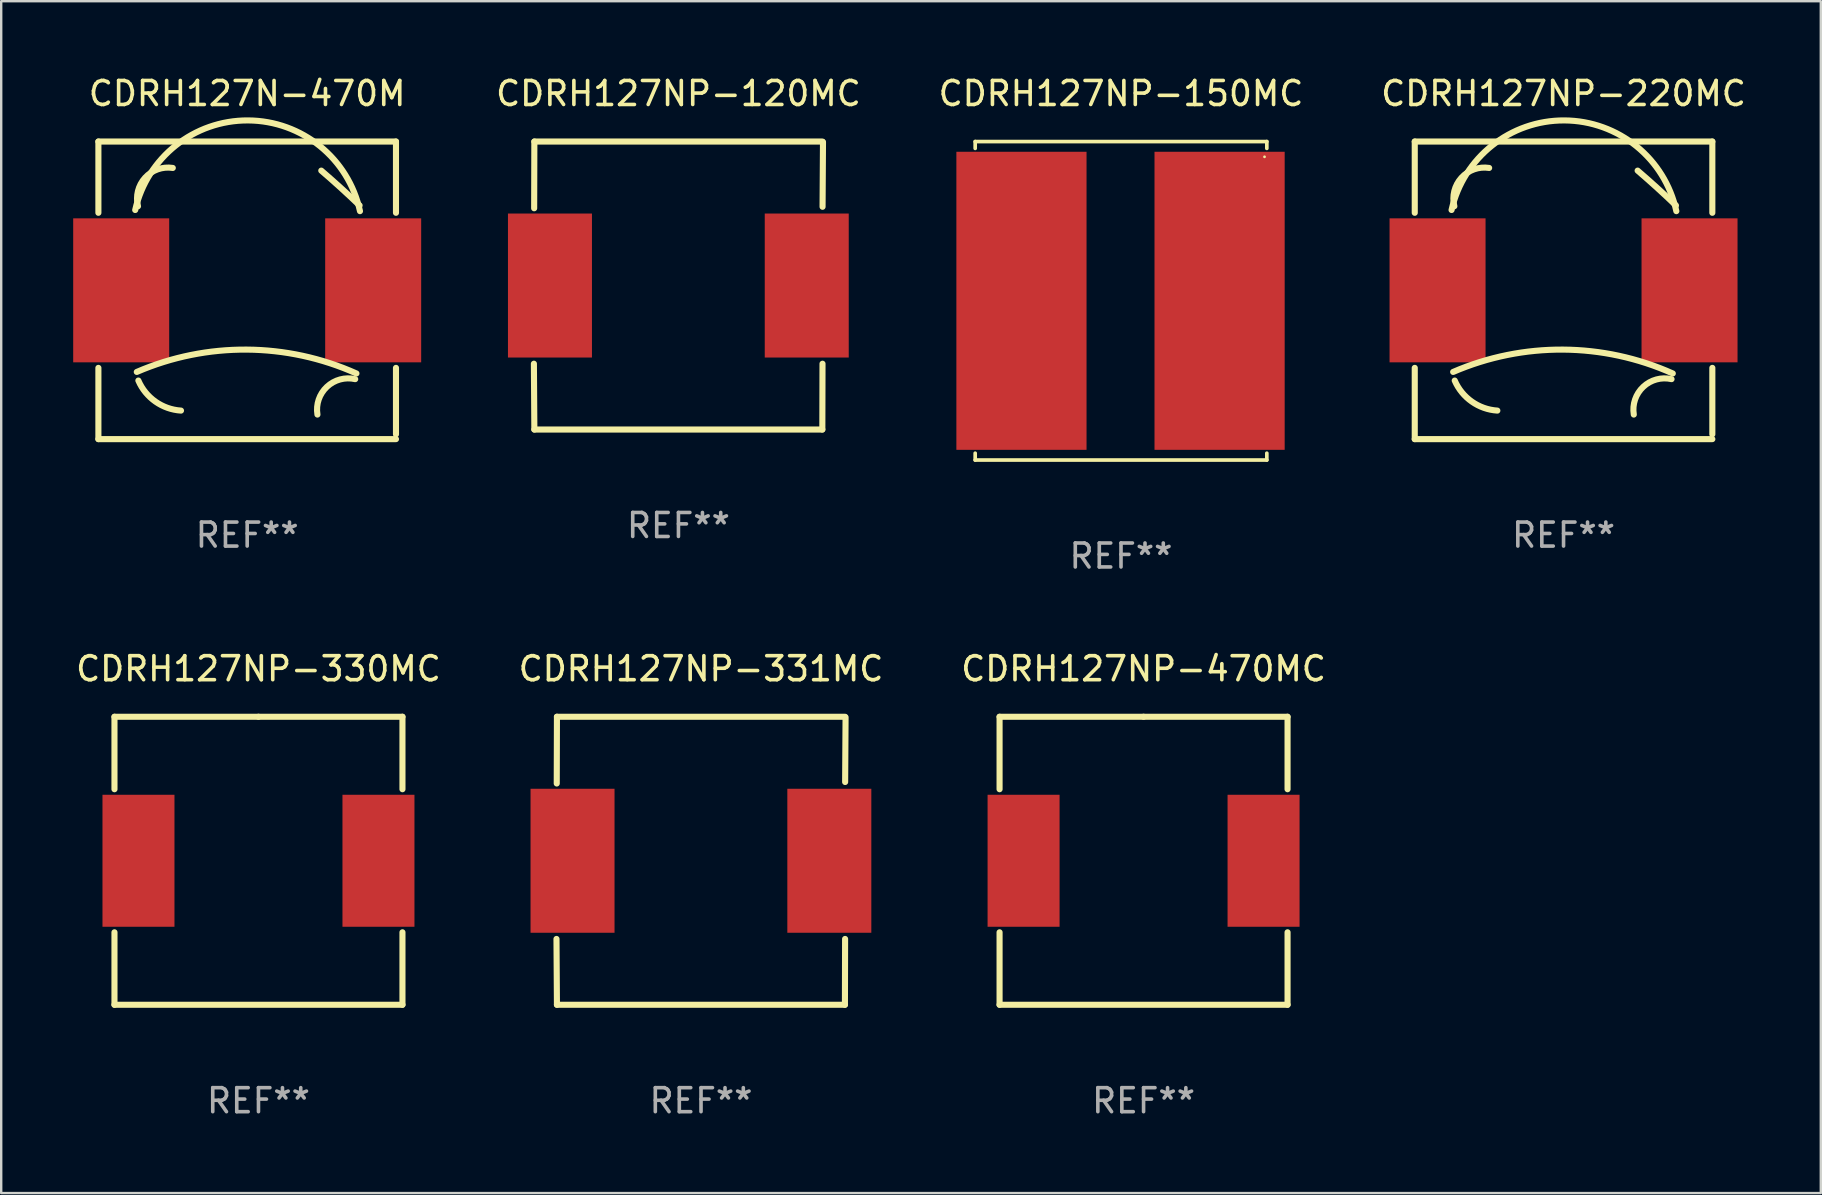
<source format=kicad_pcb>
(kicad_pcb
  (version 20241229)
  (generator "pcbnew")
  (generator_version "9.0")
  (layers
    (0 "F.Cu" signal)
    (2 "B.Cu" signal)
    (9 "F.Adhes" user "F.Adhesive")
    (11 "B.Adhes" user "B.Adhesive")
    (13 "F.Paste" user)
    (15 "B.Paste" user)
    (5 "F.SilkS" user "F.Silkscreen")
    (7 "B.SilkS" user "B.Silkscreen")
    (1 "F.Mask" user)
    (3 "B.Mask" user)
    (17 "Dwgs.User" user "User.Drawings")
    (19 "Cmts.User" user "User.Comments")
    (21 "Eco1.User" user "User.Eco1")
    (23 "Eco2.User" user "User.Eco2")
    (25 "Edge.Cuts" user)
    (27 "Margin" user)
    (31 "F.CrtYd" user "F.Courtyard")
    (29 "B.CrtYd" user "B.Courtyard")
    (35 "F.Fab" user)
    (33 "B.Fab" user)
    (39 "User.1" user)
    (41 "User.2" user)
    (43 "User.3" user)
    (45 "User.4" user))
  (footprint "CDRH127NP-220MC"
    (layer "F.Cu")
    (at 62.101 9.048)
    (property "Reference" "CDRH127NP-220MC" (at 0 -8.2 0) (layer "F.SilkS") (effects (font (size 1 1) (thickness 0.15))))
    (attr through_hole)
    (fp_line (start -6.2 -6.2) (end -6.2 -3.231) (stroke (width 0.254) (type solid)) (layer "F.SilkS"))
    (fp_line (start -6.2 -6.2) (end 6.2 -6.2) (stroke (width 0.254) (type solid)) (layer "F.SilkS"))
    (fp_line (start -6.2 3.231) (end -6.2 6.2) (stroke (width 0.254) (type solid)) (layer "F.SilkS"))
    (fp_line (start -6.2 6.2) (end 6.2 6.2) (stroke (width 0.254) (type solid)) (layer "F.SilkS"))
    (fp_line (start 6.2 -6.2) (end 6.2 -3.231) (stroke (width 0.254) (type solid)) (layer "F.SilkS"))
    (fp_line (start 6.2 3.231) (end 6.2 6) (stroke (width 0.254) (type solid)) (layer "F.SilkS"))
    (fp_arc (start -4.666268 -3.347523) (mid 0.035925 -7.080035) (end 4.7 -3.3) (stroke (width 0.254001) (type solid)) (layer "F.SilkS"))
    (fp_arc (start -4.6 3.4) (mid -0.017181 2.469621) (end 4.552248 3.463678) (stroke (width 0.254001) (type solid)) (layer "F.SilkS"))
    (fp_arc (start -4.54986 -3.504115) (mid -4.254361 -4.692196) (end -3.1 -5.099999) (stroke (width 0.254001) (type solid)) (layer "F.SilkS"))
    (fp_arc (start -2.758293 5.011176) (mid -3.822943 4.635946) (end -4.534316 3.759462) (stroke (width 0.254001) (type solid)) (layer "F.SilkS"))
    (fp_arc (start 2.927153 5.17587) (mid 3.321583 4.020185) (end 4.5 3.7) (stroke (width 0.254001) (type solid)) (layer "F.SilkS"))
    (fp_arc (start 3.08763 -4.988189) (mid 3.895745 -4.274456) (end 4.683515 -3.538329) (stroke (width 0.254001) (type solid)) (layer "F.SilkS"))
    (fp_circle (center -6.15 6.15) (end -6.12 6.15) (stroke (width 0.06) (type solid)) (fill no) (layer "F.SilkS"))
    (fp_text user "REF**" (at 0 10.2 0) (layer "F.Fab") (effects (font (size 1 1) (thickness 0.15))))
    (pad "1" smd rect (at -5.25 0) (size 4 6) (layers "F.Cu" "F.Mask" "F.Paste"))
    (pad "2" smd rect (at 5.25 0) (size 4 6) (layers "F.Cu" "F.Mask" "F.Paste")))
  (footprint "CDRH127NP-120MC"
    (layer "F.Cu")
    (at 25.22 8.848)
    (property "Reference" "CDRH127NP-120MC" (at 0 -8 0) (layer "F.SilkS") (effects (font (size 1 1) (thickness 0.15))))
    (attr through_hole)
    (fp_line (start -6.012 -3.22) (end -6.004 -6) (stroke (width 0.254) (type solid)) (layer "F.SilkS"))
    (fp_line (start -6.004 -6) (end 5.996 -6) (stroke (width 0.254) (type solid)) (layer "F.SilkS"))
    (fp_line (start -6.004 6) (end -6.023 3.258) (stroke (width 0.254) (type solid)) (layer "F.SilkS"))
    (fp_line (start -6.004 6) (end 5.996 6) (stroke (width 0.254) (type solid)) (layer "F.SilkS"))
    (fp_line (start 5.996 6) (end 6.003 3.258) (stroke (width 0.254) (type solid)) (layer "F.SilkS"))
    (fp_line (start 6.005 -3.282) (end 6.023 -5.98) (stroke (width 0.254) (type solid)) (layer "F.SilkS"))
    (fp_circle (center -6.004 6) (end -5.974 6) (stroke (width 0.06) (type solid)) (fill no) (layer "F.SilkS"))
    (fp_text user "REF**" (at 0 10 0) (layer "F.Fab") (effects (font (size 1 1) (thickness 0.15))))
    (pad "1" smd rect (at -5.354 0) (size 3.5 6) (layers "F.Cu" "F.Mask" "F.Paste"))
    (pad "2" smd rect (at 5.346 0) (size 3.5 6) (layers "F.Cu" "F.Mask" "F.Paste")))
  (footprint "CDRH127NP-470MC"
    (layer "F.Cu")
    (at 44.601 32.817)
    (property "Reference" "CDRH127NP-470MC" (at 0 -8 0) (layer "F.SilkS") (effects (font (size 1 1) (thickness 0.15))))
    (attr through_hole)
    (fp_line (start -6 -6) (end 0 -6) (stroke (width 0.254) (type solid)) (layer "F.SilkS"))
    (fp_line (start -6 -2.981) (end -6 -6) (stroke (width 0.254) (type solid)) (layer "F.SilkS"))
    (fp_line (start -6 6) (end -6 2.981) (stroke (width 0.254) (type solid)) (layer "F.SilkS"))
    (fp_line (start 0 -6) (end 6 -6) (stroke (width 0.254) (type solid)) (layer "F.SilkS"))
    (fp_line (start 6 -6) (end 6 -2.981) (stroke (width 0.254) (type solid)) (layer "F.SilkS"))
    (fp_line (start 6 2.981) (end 6 6) (stroke (width 0.254) (type solid)) (layer "F.SilkS"))
    (fp_line (start 6 6) (end -6 6) (stroke (width 0.254) (type solid)) (layer "F.SilkS"))
    (fp_circle (center -6 6) (end -5.97 6) (stroke (width 0.06) (type solid)) (fill no) (layer "F.SilkS"))
    (fp_text user "REF**" (at 0 10 0) (layer "F.Fab") (effects (font (size 1 1) (thickness 0.15))))
    (pad "1" smd rect (at -5 0) (size 3 5.5) (layers "F.Cu" "F.Mask" "F.Paste"))
    (pad "2" smd rect (at 5 0) (size 3 5.5) (layers "F.Cu" "F.Mask" "F.Paste")))
  (footprint "CDRH127NP-331MC"
    (layer "F.Cu")
    (at 26.161 32.817)
    (property "Reference" "CDRH127NP-331MC" (at 0 -8 0) (layer "F.SilkS") (effects (font (size 1 1) (thickness 0.15))))
    (attr through_hole)
    (fp_line (start -6.012 -3.22) (end -6.004 -6) (stroke (width 0.254) (type solid)) (layer "F.SilkS"))
    (fp_line (start -6.004 -6) (end 5.996 -6) (stroke (width 0.254) (type solid)) (layer "F.SilkS"))
    (fp_line (start -6.004 6) (end -6.023 3.258) (stroke (width 0.254) (type solid)) (layer "F.SilkS"))
    (fp_line (start -6.004 6) (end 5.996 6) (stroke (width 0.254) (type solid)) (layer "F.SilkS"))
    (fp_line (start 5.996 6) (end 6.003 3.258) (stroke (width 0.254) (type solid)) (layer "F.SilkS"))
    (fp_line (start 6.005 -3.282) (end 6.023 -5.98) (stroke (width 0.254) (type solid)) (layer "F.SilkS"))
    (fp_circle (center -6.004 6) (end -5.974 6) (stroke (width 0.06) (type solid)) (fill no) (layer "F.SilkS"))
    (fp_text user "REF**" (at 0 10 0) (layer "F.Fab") (effects (font (size 1 1) (thickness 0.15))))
    (pad "1" smd rect (at -5.354 0) (size 3.5 6) (layers "F.Cu" "F.Mask" "F.Paste"))
    (pad "2" smd rect (at 5.346 0) (size 3.5 6) (layers "F.Cu" "F.Mask" "F.Paste")))
  (footprint "CDRH127NP-150MC"
    (layer "F.Cu")
    (at 43.661 9.484)
    (property "Reference" "CDRH127NP-150MC" (at 0 -8.636 0) (layer "F.SilkS") (effects (font (size 1 1) (thickness 0.15))))
    (attr through_hole)
    (fp_line (start -6.076 -6.636) (end -6.076 -6.35) (stroke (width 0.152) (type solid)) (layer "F.SilkS"))
    (fp_line (start -6.076 6.636) (end -6.076 6.35) (stroke (width 0.152) (type solid)) (layer "F.SilkS"))
    (fp_line (start 6.076 -6.636) (end -6.076 -6.636) (stroke (width 0.152) (type solid)) (layer "F.SilkS"))
    (fp_line (start 6.076 -6.35) (end 6.076 -6.636) (stroke (width 0.152) (type solid)) (layer "F.SilkS"))
    (fp_line (start 6.076 6.35) (end 6.076 6.636) (stroke (width 0.152) (type solid)) (layer "F.SilkS"))
    (fp_line (start 6.076 6.636) (end -6.076 6.636) (stroke (width 0.152) (type solid)) (layer "F.SilkS"))
    (fp_circle (center 5.98 -6) (end 6.01 -6) (stroke (width 0.06) (type solid)) (fill no) (layer "F.SilkS"))
    (fp_text user "REF**" (at 0 10.636 0) (layer "F.Fab") (effects (font (size 1 1) (thickness 0.15))))
    (pad "1" smd rect (at 4.108 0) (size 5.424 12.42) (layers "F.Cu" "F.Mask" "F.Paste"))
    (pad "2" smd rect (at -4.148 0) (size 5.424 12.42) (layers "F.Cu" "F.Mask" "F.Paste")))
  (footprint "CDRH127NP-330MC"
    (layer "F.Cu")
    (at 7.72 32.817)
    (property "Reference" "CDRH127NP-330MC" (at 0 -8 0) (layer "F.SilkS") (effects (font (size 1 1) (thickness 0.15))))
    (attr through_hole)
    (fp_line (start -6 -6) (end 0 -6) (stroke (width 0.254) (type solid)) (layer "F.SilkS"))
    (fp_line (start -6 -2.981) (end -6 -6) (stroke (width 0.254) (type solid)) (layer "F.SilkS"))
    (fp_line (start -6 6) (end -6 2.981) (stroke (width 0.254) (type solid)) (layer "F.SilkS"))
    (fp_line (start 0 -6) (end 6 -6) (stroke (width 0.254) (type solid)) (layer "F.SilkS"))
    (fp_line (start 6 -6) (end 6 -2.981) (stroke (width 0.254) (type solid)) (layer "F.SilkS"))
    (fp_line (start 6 2.981) (end 6 6) (stroke (width 0.254) (type solid)) (layer "F.SilkS"))
    (fp_line (start 6 6) (end -6 6) (stroke (width 0.254) (type solid)) (layer "F.SilkS"))
    (fp_circle (center -6 6) (end -5.97 6) (stroke (width 0.06) (type solid)) (fill no) (layer "F.SilkS"))
    (fp_text user "REF**" (at 0 10 0) (layer "F.Fab") (effects (font (size 1 1) (thickness 0.15))))
    (pad "1" smd rect (at -5 0) (size 3 5.5) (layers "F.Cu" "F.Mask" "F.Paste"))
    (pad "2" smd rect (at 5 0) (size 3 5.5) (layers "F.Cu" "F.Mask" "F.Paste")))
  (footprint "CDRH127N-470M"
    (layer "F.Cu")
    (at 7.25 9.048)
    (property "Reference" "CDRH127N-470M" (at 0 -8.2 0) (layer "F.SilkS") (effects (font (size 1 1) (thickness 0.15))))
    (attr through_hole)
    (fp_line (start -6.2 -6.2) (end -6.2 -3.231) (stroke (width 0.254) (type solid)) (layer "F.SilkS"))
    (fp_line (start -6.2 -6.2) (end 6.2 -6.2) (stroke (width 0.254) (type solid)) (layer "F.SilkS"))
    (fp_line (start -6.2 3.231) (end -6.2 6.2) (stroke (width 0.254) (type solid)) (layer "F.SilkS"))
    (fp_line (start -6.2 6.2) (end 6.2 6.2) (stroke (width 0.254) (type solid)) (layer "F.SilkS"))
    (fp_line (start 6.2 -6.2) (end 6.2 -3.231) (stroke (width 0.254) (type solid)) (layer "F.SilkS"))
    (fp_line (start 6.2 3.231) (end 6.2 6) (stroke (width 0.254) (type solid)) (layer "F.SilkS"))
    (fp_arc (start -4.666268 -3.347523) (mid 0.035925 -7.080035) (end 4.7 -3.3) (stroke (width 0.254001) (type solid)) (layer "F.SilkS"))
    (fp_arc (start -4.6 3.4) (mid -0.017181 2.469621) (end 4.552248 3.463678) (stroke (width 0.254001) (type solid)) (layer "F.SilkS"))
    (fp_arc (start -4.54986 -3.504115) (mid -4.254361 -4.692196) (end -3.1 -5.099999) (stroke (width 0.254001) (type solid)) (layer "F.SilkS"))
    (fp_arc (start -2.758293 5.011176) (mid -3.822943 4.635946) (end -4.534316 3.759462) (stroke (width 0.254001) (type solid)) (layer "F.SilkS"))
    (fp_arc (start 2.927153 5.17587) (mid 3.321583 4.020185) (end 4.5 3.7) (stroke (width 0.254001) (type solid)) (layer "F.SilkS"))
    (fp_arc (start 3.08763 -4.988189) (mid 3.895745 -4.274456) (end 4.683515 -3.538329) (stroke (width 0.254001) (type solid)) (layer "F.SilkS"))
    (fp_circle (center -6.15 6.15) (end -6.12 6.15) (stroke (width 0.06) (type solid)) (fill no) (layer "F.SilkS"))
    (fp_text user "REF**" (at 0 10.2 0) (layer "F.Fab") (effects (font (size 1 1) (thickness 0.15))))
    (pad "1" smd rect (at -5.25 0) (size 4 6) (layers "F.Cu" "F.Mask" "F.Paste"))
    (pad "2" smd rect (at 5.25 0) (size 4 6) (layers "F.Cu" "F.Mask" "F.Paste")))
  (gr_rect
    (start -3 -3)
    (end 72.821 46.665)
    (stroke (width 0.1) (type default))
    (fill no)
    (layer "Edge.Cuts")))
</source>
